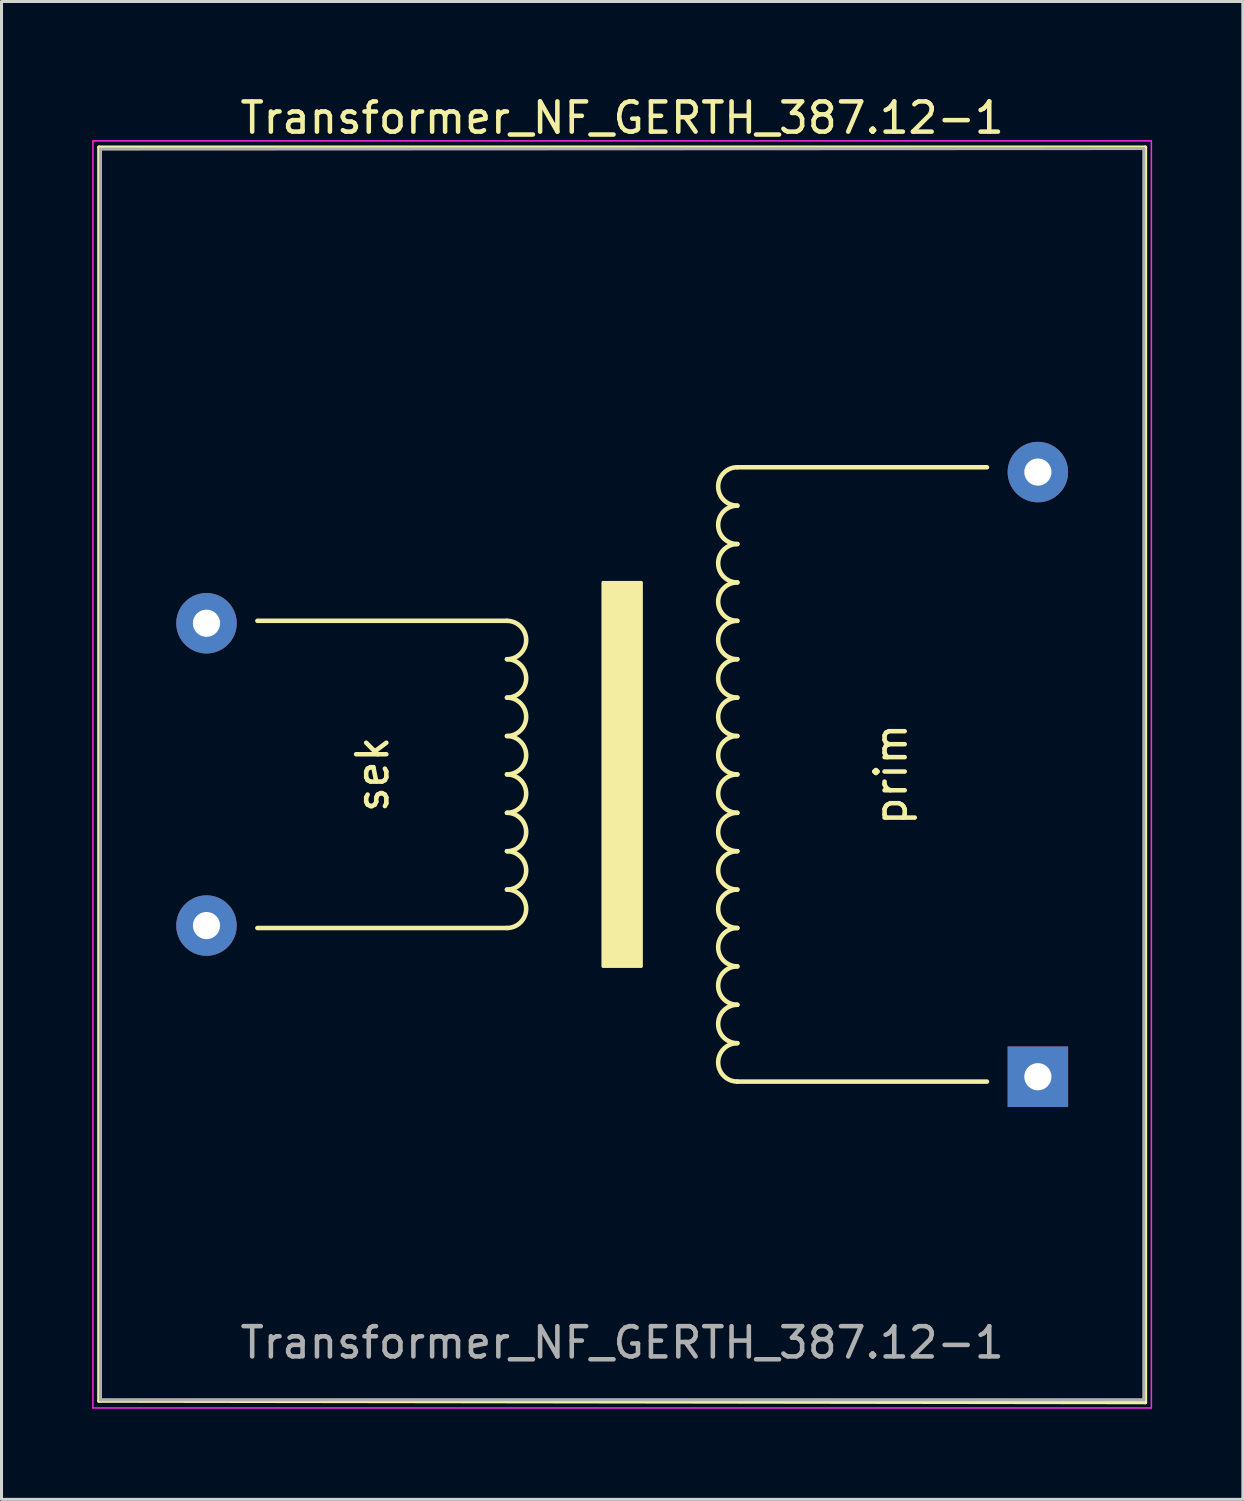
<source format=kicad_pcb>
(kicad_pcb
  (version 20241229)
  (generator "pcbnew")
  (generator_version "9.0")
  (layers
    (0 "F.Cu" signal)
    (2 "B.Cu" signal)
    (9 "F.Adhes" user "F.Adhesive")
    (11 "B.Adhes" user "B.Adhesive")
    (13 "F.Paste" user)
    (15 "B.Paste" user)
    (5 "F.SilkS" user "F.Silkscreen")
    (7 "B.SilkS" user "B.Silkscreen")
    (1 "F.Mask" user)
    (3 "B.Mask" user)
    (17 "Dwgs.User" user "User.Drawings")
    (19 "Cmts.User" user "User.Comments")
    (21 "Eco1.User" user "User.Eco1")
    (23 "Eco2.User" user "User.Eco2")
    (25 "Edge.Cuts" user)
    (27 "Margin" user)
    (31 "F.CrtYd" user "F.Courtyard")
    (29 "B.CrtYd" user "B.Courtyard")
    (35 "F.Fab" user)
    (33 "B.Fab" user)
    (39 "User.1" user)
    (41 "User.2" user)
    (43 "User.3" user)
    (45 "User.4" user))
  (footprint "Transformer_NF_GERTH_387.12-1"
    (layer "F.Cu")
    (at 31.309 32.535)
    (property "Reference" "Transformer_NF_GERTH_387.12-1" (at -13.78 -31.686 0) (layer "F.SilkS") (effects (font (size 1 1) (thickness 0.15))))
    (attr through_hole)
    (fp_line (start -31.084 -30.713) (end 3.526 -30.713) (stroke (width 0.12) (type solid)) (layer "F.SilkS"))
    (fp_line (start -31.084 10.755) (end -31.084 -30.713) (stroke (width 0.12) (type solid)) (layer "F.SilkS"))
    (fp_line (start -25.845 -15.05) (end -17.59 -15.05) (stroke (width 0.15) (type solid)) (layer "F.SilkS"))
    (fp_line (start -17.59 -4.889) (end -25.845 -4.889) (stroke (width 0.15) (type solid)) (layer "F.SilkS"))
    (fp_line (start -9.97 -20.13) (end -1.714 -20.13) (stroke (width 0.15) (type solid)) (layer "F.SilkS"))
    (fp_line (start -9.97 0.191) (end -1.714 0.191) (stroke (width 0.15) (type solid)) (layer "F.SilkS"))
    (fp_line (start 3.526 -30.713) (end 3.526 10.805) (stroke (width 0.12) (type solid)) (layer "F.SilkS"))
    (fp_line (start 3.526 10.805) (end -31.084 10.755) (stroke (width 0.12) (type solid)) (layer "F.SilkS"))
    (fp_arc (start -17.5895 -15.0495) (mid -16.9545 -14.4145) (end -17.5895 -13.7795) (stroke (width 0.15) (type solid)) (layer "F.SilkS"))
    (fp_arc (start -17.5895 -13.7795) (mid -16.9545 -13.1445) (end -17.5895 -12.5095) (stroke (width 0.15) (type solid)) (layer "F.SilkS"))
    (fp_arc (start -17.5895 -12.5095) (mid -16.9545 -11.8745) (end -17.5895 -11.2395) (stroke (width 0.15) (type solid)) (layer "F.SilkS"))
    (fp_arc (start -17.5895 -11.2395) (mid -16.9545 -10.6045) (end -17.5895 -9.9695) (stroke (width 0.15) (type solid)) (layer "F.SilkS"))
    (fp_arc (start -17.5895 -9.9695) (mid -16.9545 -9.3345) (end -17.5895 -8.6995) (stroke (width 0.15) (type solid)) (layer "F.SilkS"))
    (fp_arc (start -17.5895 -8.6995) (mid -16.9545 -8.0645) (end -17.5895 -7.4295) (stroke (width 0.15) (type solid)) (layer "F.SilkS"))
    (fp_arc (start -17.5895 -7.4295) (mid -16.9545 -6.7945) (end -17.5895 -6.1595) (stroke (width 0.15) (type solid)) (layer "F.SilkS"))
    (fp_arc (start -17.5895 -6.1595) (mid -16.9545 -5.5245) (end -17.5895 -4.8895) (stroke (width 0.15) (type solid)) (layer "F.SilkS"))
    (fp_arc (start -9.9695 -18.8595) (mid -10.6045 -19.4945) (end -9.9695 -20.1295) (stroke (width 0.15) (type solid)) (layer "F.SilkS"))
    (fp_arc (start -9.9695 -17.5895) (mid -10.6045 -18.2245) (end -9.9695 -18.8595) (stroke (width 0.15) (type solid)) (layer "F.SilkS"))
    (fp_arc (start -9.9695 -16.3195) (mid -10.6045 -16.9545) (end -9.9695 -17.5895) (stroke (width 0.15) (type solid)) (layer "F.SilkS"))
    (fp_arc (start -9.9695 -15.0495) (mid -10.6045 -15.6845) (end -9.9695 -16.3195) (stroke (width 0.15) (type solid)) (layer "F.SilkS"))
    (fp_arc (start -9.9695 -13.7795) (mid -10.6045 -14.4145) (end -9.9695 -15.0495) (stroke (width 0.15) (type solid)) (layer "F.SilkS"))
    (fp_arc (start -9.9695 -12.5095) (mid -10.6045 -13.1445) (end -9.9695 -13.7795) (stroke (width 0.15) (type solid)) (layer "F.SilkS"))
    (fp_arc (start -9.9695 -11.2395) (mid -10.6045 -11.8745) (end -9.9695 -12.5095) (stroke (width 0.15) (type solid)) (layer "F.SilkS"))
    (fp_arc (start -9.9695 -9.9695) (mid -10.6045 -10.6045) (end -9.9695 -11.2395) (stroke (width 0.15) (type solid)) (layer "F.SilkS"))
    (fp_arc (start -9.9695 -8.6995) (mid -10.6045 -9.3345) (end -9.9695 -9.9695) (stroke (width 0.15) (type solid)) (layer "F.SilkS"))
    (fp_arc (start -9.9695 -7.4295) (mid -10.6045 -8.0645) (end -9.9695 -8.6995) (stroke (width 0.15) (type solid)) (layer "F.SilkS"))
    (fp_arc (start -9.9695 -6.1595) (mid -10.6045 -6.7945) (end -9.9695 -7.4295) (stroke (width 0.15) (type solid)) (layer "F.SilkS"))
    (fp_arc (start -9.9695 -4.8895) (mid -10.6045 -5.5245) (end -9.9695 -6.1595) (stroke (width 0.15) (type solid)) (layer "F.SilkS"))
    (fp_arc (start -9.9695 -3.6195) (mid -10.6045 -4.2545) (end -9.9695 -4.8895) (stroke (width 0.15) (type solid)) (layer "F.SilkS"))
    (fp_arc (start -9.9695 -2.3495) (mid -10.6045 -2.9845) (end -9.9695 -3.6195) (stroke (width 0.15) (type solid)) (layer "F.SilkS"))
    (fp_arc (start -9.9695 -1.0795) (mid -10.6045 -1.7145) (end -9.9695 -2.3495) (stroke (width 0.15) (type solid)) (layer "F.SilkS"))
    (fp_arc (start -9.9695 0.1905) (mid -10.6045 -0.4445) (end -9.9695 -1.0795) (stroke (width 0.15) (type solid)) (layer "F.SilkS"))
    (fp_poly (pts (xy -13.145 -3.619) (xy -14.415 -3.619) (xy -14.415 -16.32) (xy -13.145 -16.32)) (stroke (width 0.1) (type solid)) (fill yes) (layer "F.SilkS"))
    (fp_line (start -31.285 -30.924) (end -31.285 10.986) (stroke (width 0.05) (type solid)) (layer "F.CrtYd"))
    (fp_line (start -31.285 -30.924) (end 3.725 -30.924) (stroke (width 0.05) (type solid)) (layer "F.CrtYd"))
    (fp_line (start 3.725 10.986) (end -31.285 10.986) (stroke (width 0.05) (type solid)) (layer "F.CrtYd"))
    (fp_line (start 3.725 10.986) (end 3.725 -30.924) (stroke (width 0.05) (type solid)) (layer "F.CrtYd"))
    (fp_line (start -31.035 -30.654) (end -31.035 10.714) (stroke (width 0.1) (type solid)) (layer "F.Fab"))
    (fp_line (start -31.035 10.714) (end 3.475 10.714) (stroke (width 0.1) (type solid)) (layer "F.Fab"))
    (fp_line (start 3.475 -30.671) (end -31.035 -30.654) (stroke (width 0.1) (type solid)) (layer "F.Fab"))
    (fp_line (start 3.475 10.714) (end 3.475 -30.671) (stroke (width 0.1) (type solid)) (layer "F.Fab"))
    (fp_text user "sek" (at -22.035 -9.97 270) (layer "F.SilkS") (effects (font (size 1 1) (thickness 0.15))))
    (fp_text user "prim" (at -4.889 -9.97 90) (layer "F.SilkS") (effects (font (size 1 1) (thickness 0.15))))
    (fp_text user "${REFERENCE}" (at -13.78 8.826 0) (layer "F.Fab") (effects (font (size 1 1) (thickness 0.15))))
    (pad "1" thru_hole rect (at -0.029 0.03) (size 2 2) (drill 0.9) (layers "*.Cu" "*.Mask"))
    (pad "5" thru_hole circle (at -0.029 -19.97) (size 2 2) (drill 0.9) (layers "*.Cu" "*.Mask"))
    (pad "7" thru_hole circle (at -27.529 -14.97) (size 2 2) (drill 0.9) (layers "*.Cu" "*.Mask"))
    (pad "9" thru_hole circle (at -27.529 -4.97) (size 2 2) (drill 0.9) (layers "*.Cu" "*.Mask")))
  (gr_rect
    (start -3 -3)
    (end 38.06 46.545)
    (stroke (width 0.1) (type default))
    (fill no)
    (layer "Edge.Cuts")))
</source>
